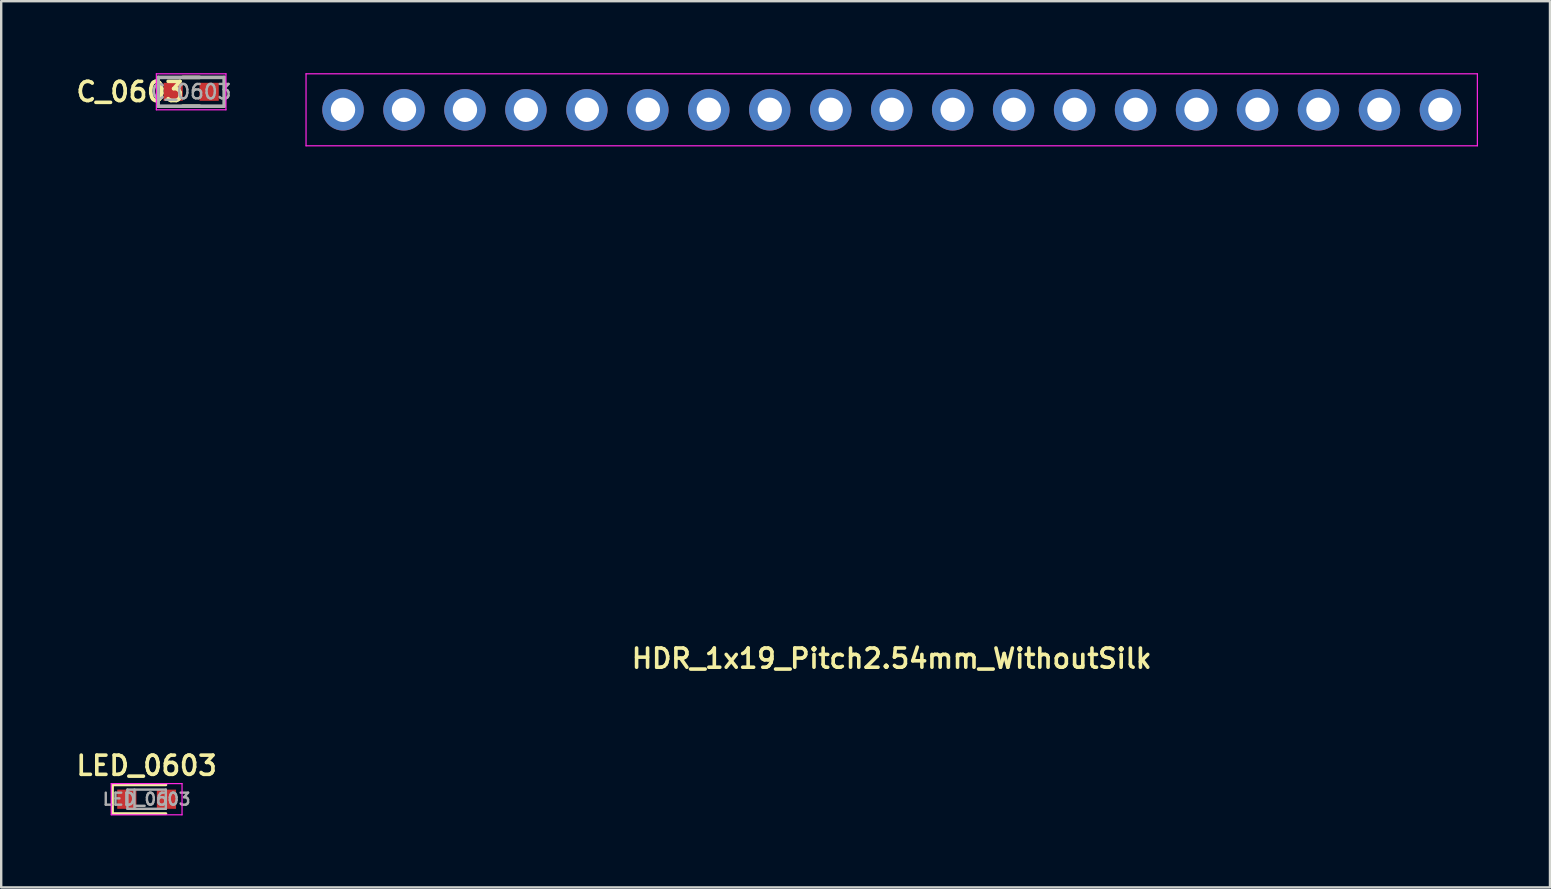
<source format=kicad_pcb>
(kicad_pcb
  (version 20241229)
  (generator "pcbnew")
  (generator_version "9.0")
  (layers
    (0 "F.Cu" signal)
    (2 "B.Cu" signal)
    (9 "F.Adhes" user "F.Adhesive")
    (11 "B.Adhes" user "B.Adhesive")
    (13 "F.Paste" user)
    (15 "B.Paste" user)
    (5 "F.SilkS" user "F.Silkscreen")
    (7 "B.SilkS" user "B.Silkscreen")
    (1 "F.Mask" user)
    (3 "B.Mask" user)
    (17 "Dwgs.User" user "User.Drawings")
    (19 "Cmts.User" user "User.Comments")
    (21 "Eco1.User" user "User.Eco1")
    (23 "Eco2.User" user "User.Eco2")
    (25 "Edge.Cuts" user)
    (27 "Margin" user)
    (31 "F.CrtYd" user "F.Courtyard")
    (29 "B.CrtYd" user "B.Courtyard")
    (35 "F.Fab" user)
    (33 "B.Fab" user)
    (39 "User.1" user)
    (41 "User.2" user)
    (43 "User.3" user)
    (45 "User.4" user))
  (footprint "HDR_1x19_Pitch2.54mm_WithoutSilk"
    (layer "F.Cu")
    (at 34.1 1.525)
    (property "Reference" "HDR_1x19_Pitch2.54mm_WithoutSilk" (at 0 22.86 180) (layer "F.SilkS") (effects (font (size 0.8 0.8) (thickness 0.15))))
    (attr through_hole)
    (fp_line (start -24.4 -1.5) (end -24.4 1.5) (stroke (width 0.05) (type solid)) (layer "F.CrtYd"))
    (fp_line (start -24.4 1.5) (end 24.4 1.5) (stroke (width 0.05) (type solid)) (layer "F.CrtYd"))
    (fp_line (start 24.4 -1.5) (end -24.4 -1.5) (stroke (width 0.05) (type solid)) (layer "F.CrtYd"))
    (fp_line (start 24.4 1.5) (end 24.4 -1.5) (stroke (width 0.05) (type solid)) (layer "F.CrtYd"))
    (pad "1" thru_hole oval (at -22.86 0) (size 1.727 1.727) (drill 1.016) (layers "*.Cu" "*.Mask"))
    (pad "2" thru_hole oval (at -20.32 0) (size 1.727 1.727) (drill 1.016) (layers "*.Cu" "*.Mask"))
    (pad "3" thru_hole oval (at -17.78 0) (size 1.727 1.727) (drill 1.016) (layers "*.Cu" "*.Mask"))
    (pad "4" thru_hole oval (at -15.24 0) (size 1.727 1.727) (drill 1.016) (layers "*.Cu" "*.Mask"))
    (pad "5" thru_hole oval (at -12.7 0) (size 1.727 1.727) (drill 1.016) (layers "*.Cu" "*.Mask"))
    (pad "6" thru_hole oval (at -10.16 0) (size 1.727 1.727) (drill 1.016) (layers "*.Cu" "*.Mask"))
    (pad "7" thru_hole oval (at -7.62 0) (size 1.727 1.727) (drill 1.016) (layers "*.Cu" "*.Mask"))
    (pad "8" thru_hole oval (at -5.08 0) (size 1.727 1.727) (drill 1.016) (layers "*.Cu" "*.Mask"))
    (pad "9" thru_hole oval (at -2.54 0) (size 1.727 1.727) (drill 1.016) (layers "*.Cu" "*.Mask"))
    (pad "10" thru_hole oval (at 0 0) (size 1.727 1.727) (drill 1.016) (layers "*.Cu" "*.Mask"))
    (pad "11" thru_hole oval (at 2.54 0) (size 1.727 1.727) (drill 1.016) (layers "*.Cu" "*.Mask"))
    (pad "12" thru_hole oval (at 5.08 0) (size 1.727 1.727) (drill 1.016) (layers "*.Cu" "*.Mask"))
    (pad "13" thru_hole oval (at 7.62 0) (size 1.727 1.727) (drill 1.016) (layers "*.Cu" "*.Mask"))
    (pad "14" thru_hole oval (at 10.16 0) (size 1.727 1.727) (drill 1.016) (layers "*.Cu" "*.Mask"))
    (pad "15" thru_hole oval (at 12.7 0) (size 1.727 1.727) (drill 1.016) (layers "*.Cu" "*.Mask"))
    (pad "16" thru_hole oval (at 15.24 0) (size 1.727 1.727) (drill 1.016) (layers "*.Cu" "*.Mask"))
    (pad "17" thru_hole oval (at 17.78 0) (size 1.727 1.727) (drill 1.016) (layers "*.Cu" "*.Mask"))
    (pad "18" thru_hole oval (at 20.32 0) (size 1.727 1.727) (drill 1.016) (layers "*.Cu" "*.Mask"))
    (pad "19" thru_hole oval (at 22.86 0) (size 1.727 1.727) (drill 1.016) (layers "*.Cu" "*.Mask")))
  (footprint "LED_0603"
    (layer "F.Cu")
    (at 3.059 30.247)
    (property "Reference" "LED_0603" (at 0 -1.4 180) (layer "F.SilkS") (effects (font (size 0.8 0.8) (thickness 0.15))))
    (attr smd)
    (fp_line (start -1.425 -0.6) (end -1.425 0.6) (stroke (width 0.12) (type solid)) (layer "F.SilkS"))
    (fp_line (start -1.425 -0.6) (end 0.8 -0.6) (stroke (width 0.12) (type solid)) (layer "F.SilkS"))
    (fp_line (start -1.425 0.6) (end 0.8 0.6) (stroke (width 0.12) (type solid)) (layer "F.SilkS"))
    (fp_line (start -1.475 -0.65) (end 1.475 -0.65) (stroke (width 0.05) (type solid)) (layer "F.CrtYd"))
    (fp_line (start -1.475 0.65) (end -1.475 -0.65) (stroke (width 0.05) (type solid)) (layer "F.CrtYd"))
    (fp_line (start 1.475 -0.65) (end 1.475 0.65) (stroke (width 0.05) (type solid)) (layer "F.CrtYd"))
    (fp_line (start 1.475 0.65) (end -1.475 0.65) (stroke (width 0.05) (type solid)) (layer "F.CrtYd"))
    (fp_line (start -0.8 -0.4) (end -0.8 0.4) (stroke (width 0.1) (type solid)) (layer "F.Fab"))
    (fp_line (start -0.8 -0.4) (end 0.8 -0.4) (stroke (width 0.1) (type solid)) (layer "F.Fab"))
    (fp_line (start -0.8 0.4) (end 0.8 0.4) (stroke (width 0.1) (type solid)) (layer "F.Fab"))
    (fp_line (start -0.508 -0.4) (end -0.508 0.4) (stroke (width 0.1) (type solid)) (layer "F.Fab"))
    (fp_line (start 0.8 -0.4) (end 0.8 0.4) (stroke (width 0.1) (type solid)) (layer "F.Fab"))
    (fp_text user "${REFERENCE}" (at 0 0 180) (layer "F.Fab") (effects (font (size 0.5 0.5) (thickness 0.1))))
    (pad "1" smd rect (at -0.825 0 180) (size 0.8 0.8) (layers "F.Cu" "F.Mask" "F.Paste"))
    (pad "2" smd rect (at 0.825 0 180) (size 0.8 0.8) (layers "F.Cu" "F.Mask" "F.Paste")))
  (footprint "C_0603"
    (layer "F.Cu")
    (at 4.914 0.775)
    (property "Reference" "C_0603" (at -2.54 0 180) (layer "F.SilkS") (effects (font (size 0.8 0.8) (thickness 0.15))))
    (attr smd)
    (fp_line (start -0.35 -0.6) (end 0.35 -0.6) (stroke (width 0.15) (type solid)) (layer "F.SilkS"))
    (fp_line (start 0.35 0.6) (end -0.35 0.6) (stroke (width 0.15) (type solid)) (layer "F.SilkS"))
    (fp_line (start -1.45 -0.75) (end -1.45 0.75) (stroke (width 0.05) (type solid)) (layer "F.CrtYd"))
    (fp_line (start -1.45 -0.75) (end 1.45 -0.75) (stroke (width 0.05) (type solid)) (layer "F.CrtYd"))
    (fp_line (start -1.45 0.75) (end 1.45 0.75) (stroke (width 0.05) (type solid)) (layer "F.CrtYd"))
    (fp_line (start 1.45 -0.75) (end 1.45 0.75) (stroke (width 0.05) (type solid)) (layer "F.CrtYd"))
    (fp_line (start -1.375 -0.6) (end 1.375 -0.6) (stroke (width 0.15) (type solid)) (layer "F.Fab"))
    (fp_line (start -1.375 0.6) (end -1.375 -0.6) (stroke (width 0.15) (type solid)) (layer "F.Fab"))
    (fp_line (start 1.375 -0.6) (end 1.375 0.6) (stroke (width 0.15) (type solid)) (layer "F.Fab"))
    (fp_line (start 1.375 0.6) (end -1.375 0.6) (stroke (width 0.15) (type solid)) (layer "F.Fab"))
    (fp_text user "${REFERENCE}" (at 0 0 180) (layer "F.Fab") (effects (font (size 0.6 0.6) (thickness 0.1))))
    (pad "1" smd rect (at -0.75 0) (size 0.8 0.75) (layers "F.Cu" "F.Mask" "F.Paste"))
    (pad "2" smd rect (at 0.75 0) (size 0.8 0.75) (layers "F.Cu" "F.Mask" "F.Paste")))
  (gr_rect
    (start -3 -3)
    (end 61.525 33.922)
    (stroke (width 0.1) (type default))
    (fill no)
    (layer "Edge.Cuts")))
</source>
